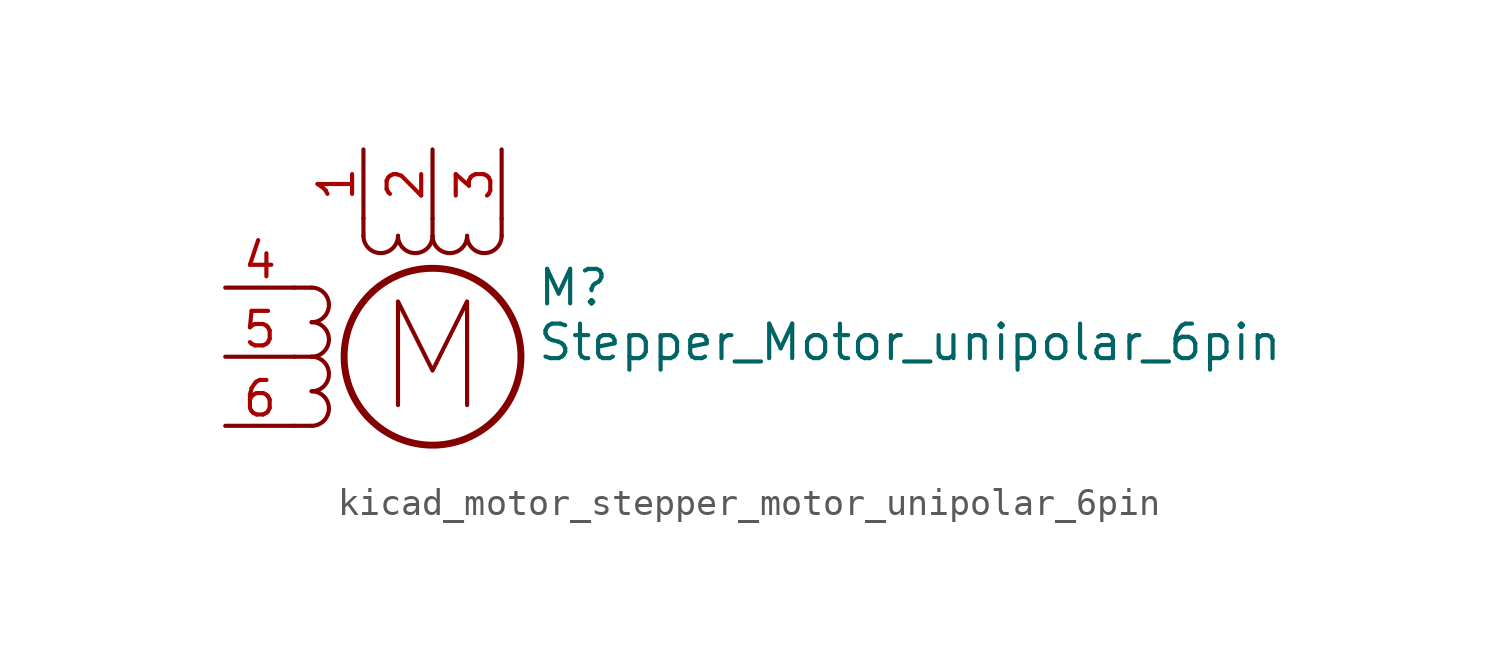
<source format=kicad_sym>
(kicad_symbol_lib
  (version 20220914)
  (generator kicad_symbol_editor)
  (symbol "kicad_motor_stepper_motor_unipolar_6pin"
    (pin_names
      (offset 0) hide)
    (property "Reference" "M"
      (at 3.81 2.54 0)
      (effects (font (size 1.27 1.27)) (justify left)))
    (property "Value" "Stepper_Motor_unipolar_6pin"
      (at 3.81 1.27 0)
      (effects (font (size 1.27 1.27)) (justify left top)))
    (symbol "kicad_motor_stepper_motor_unipolar_6pin_0_0"
      (polyline (pts (xy -1.27 -1.778) (xy -1.27 2.032) (xy 0 -0.508) (xy 1.27 2.032) (xy 1.27 -1.778)) (stroke (width 0) (type default)) (fill (type none))))
    (symbol "kicad_motor_stepper_motor_unipolar_6pin_0_1"
      (arc (start -4.445 -2.54) (mid -3.8127 -1.905) (end -4.445 -1.27) (stroke (width 0) (type default)) (fill (type none)))
      (arc (start -4.445 -1.27) (mid -3.8127 -0.635) (end -4.445 0) (stroke (width 0) (type default)) (fill (type none)))
      (arc (start -4.445 0) (mid -3.8127 0.635) (end -4.445 1.27) (stroke (width 0) (type default)) (fill (type none)))
      (arc (start -4.445 1.27) (mid -3.8127 1.905) (end -4.445 2.54) (stroke (width 0) (type default)) (fill (type none)))
      (arc (start -2.54 4.445) (mid -1.905 3.8127) (end -1.27 4.445) (stroke (width 0) (type default)) (fill (type none)))
      (arc (start -1.27 4.445) (mid -0.635 3.8127) (end 0 4.445) (stroke (width 0) (type default)) (fill (type none)))
      (polyline (pts (xy -5.08 -2.54) (xy -4.445 -2.54)) (stroke (width 0) (type default)) (fill (type none)))
      (polyline (pts (xy -5.08 2.54) (xy -4.445 2.54)) (stroke (width 0) (type default)) (fill (type none)))
      (polyline (pts (xy -4.445 0) (xy -5.08 0)) (stroke (width 0) (type default)) (fill (type none)))
      (polyline (pts (xy -2.54 4.445) (xy -2.54 5.08)) (stroke (width 0) (type default)) (fill (type none)))
      (polyline (pts (xy 0 4.445) (xy 0 5.08)) (stroke (width 0) (type default)) (fill (type none)))
      (polyline (pts (xy 2.54 4.445) (xy 2.54 5.08)) (stroke (width 0) (type default)) (fill (type none)))
      (circle (center 0 0) (radius 3.251) (stroke (width 0.254) (type default)) (fill (type none)))
      (arc (start 0 4.445) (mid 0.635 3.8127) (end 1.27 4.445) (stroke (width 0) (type default)) (fill (type none)))
      (arc (start 1.27 4.445) (mid 1.905 3.8127) (end 2.54 4.445) (stroke (width 0) (type default)) (fill (type none))))
    (symbol "kicad_motor_stepper_motor_unipolar_6pin_1_1"
      (pin passive line (at -2.54 7.62 270) (length 2.54) (name "~" (effects (font (size 1.27 1.27)))) (number "1" (effects (font (size 1.27 1.27)))))
      (pin passive line (at 0 7.62 270) (length 2.54) (name "~" (effects (font (size 1.27 1.27)))) (number "2" (effects (font (size 1.27 1.27)))))
      (pin passive line (at 2.54 7.62 270) (length 2.54) (name "-" (effects (font (size 1.27 1.27)))) (number "3" (effects (font (size 1.27 1.27)))))
      (pin passive line (at -7.62 2.54 0) (length 2.54) (name "~" (effects (font (size 1.27 1.27)))) (number "4" (effects (font (size 1.27 1.27)))))
      (pin passive line (at -7.62 0 0) (length 2.54) (name "~" (effects (font (size 1.27 1.27)))) (number "5" (effects (font (size 1.27 1.27)))))
      (pin passive line (at -7.62 -2.54 0) (length 2.54) (name "~" (effects (font (size 1.27 1.27)))) (number "6" (effects (font (size 1.27 1.27))))))))
</source>
